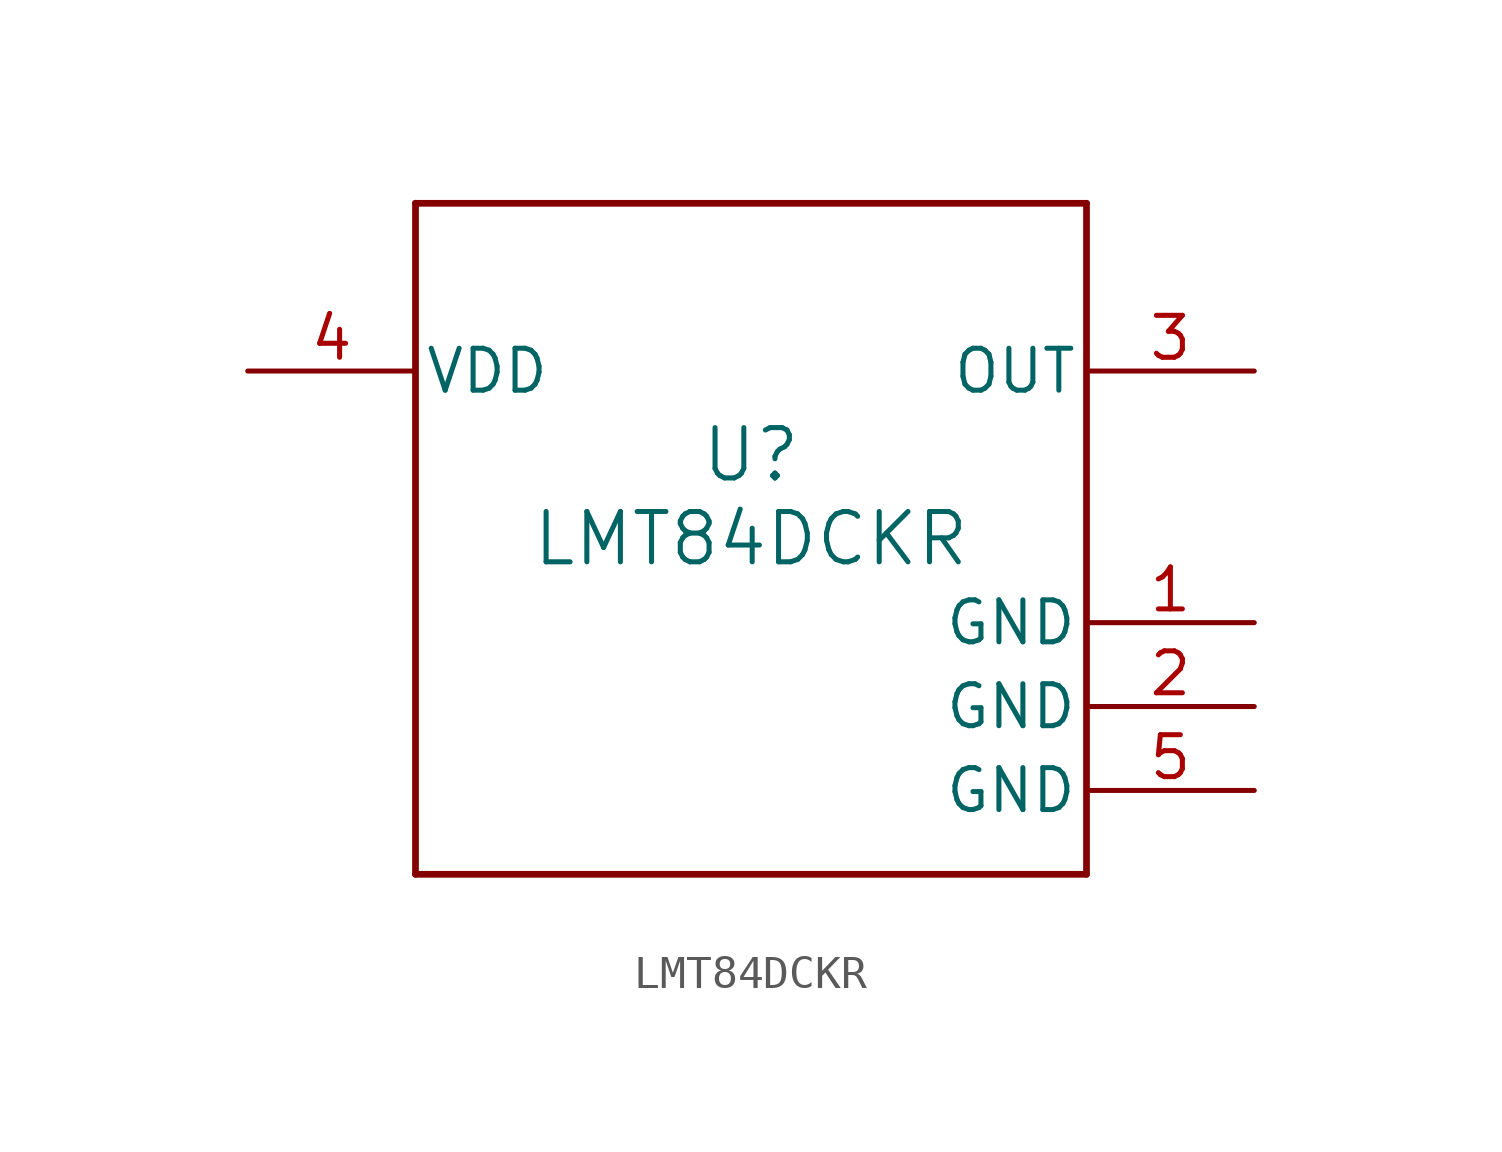
<source format=kicad_sym>
(kicad_symbol_lib
  (version 20211014)
  (generator kicad_symbol_editor)
  (symbol "LMT84DCKR"
    (pin_names
      (offset 0.254))
    (property "Reference" "U"
      (at 0 2.54 0)
      (effects (font (size 1.524 1.524))))
    (property "Value" "LMT84DCKR"
      (at 0 0 0)
      (effects (font (size 1.524 1.524))))
    (symbol "LMT84DCKR_0_1"
      (polyline (pts (xy -10.16 -10.16) (xy 10.16 -10.16)) (stroke (width 0.203) (type default) (color 0 0 0 0)) (fill (type none)))
      (polyline (pts (xy 10.16 -10.16) (xy 10.16 10.16)) (stroke (width 0.203) (type default) (color 0 0 0 0)) (fill (type none)))
      (polyline (pts (xy 10.16 10.16) (xy -10.16 10.16)) (stroke (width 0.203) (type default) (color 0 0 0 0)) (fill (type none)))
      (polyline (pts (xy -10.16 10.16) (xy -10.16 -10.16)) (stroke (width 0.203) (type default) (color 0 0 0 0)) (fill (type none)))
      (pin power_in line (at 15.24 -2.54 180) (length 5.08) (name "GND" (effects (font (size 1.27 1.27)))) (number "1" (effects (font (size 1.27 1.27)))))
      (pin power_in line (at 15.24 -5.08 180) (length 5.08) (name "GND" (effects (font (size 1.27 1.27)))) (number "2" (effects (font (size 1.27 1.27)))))
      (pin output line (at 15.24 5.08 180) (length 5.08) (name "OUT" (effects (font (size 1.27 1.27)))) (number "3" (effects (font (size 1.27 1.27)))))
      (pin power_in line (at -15.24 5.08 0) (length 5.08) (name "VDD" (effects (font (size 1.27 1.27)))) (number "4" (effects (font (size 1.27 1.27)))))
      (pin power_in line (at 15.24 -7.62 180) (length 5.08) (name "GND" (effects (font (size 1.27 1.27)))) (number "5" (effects (font (size 1.27 1.27))))))))
</source>
